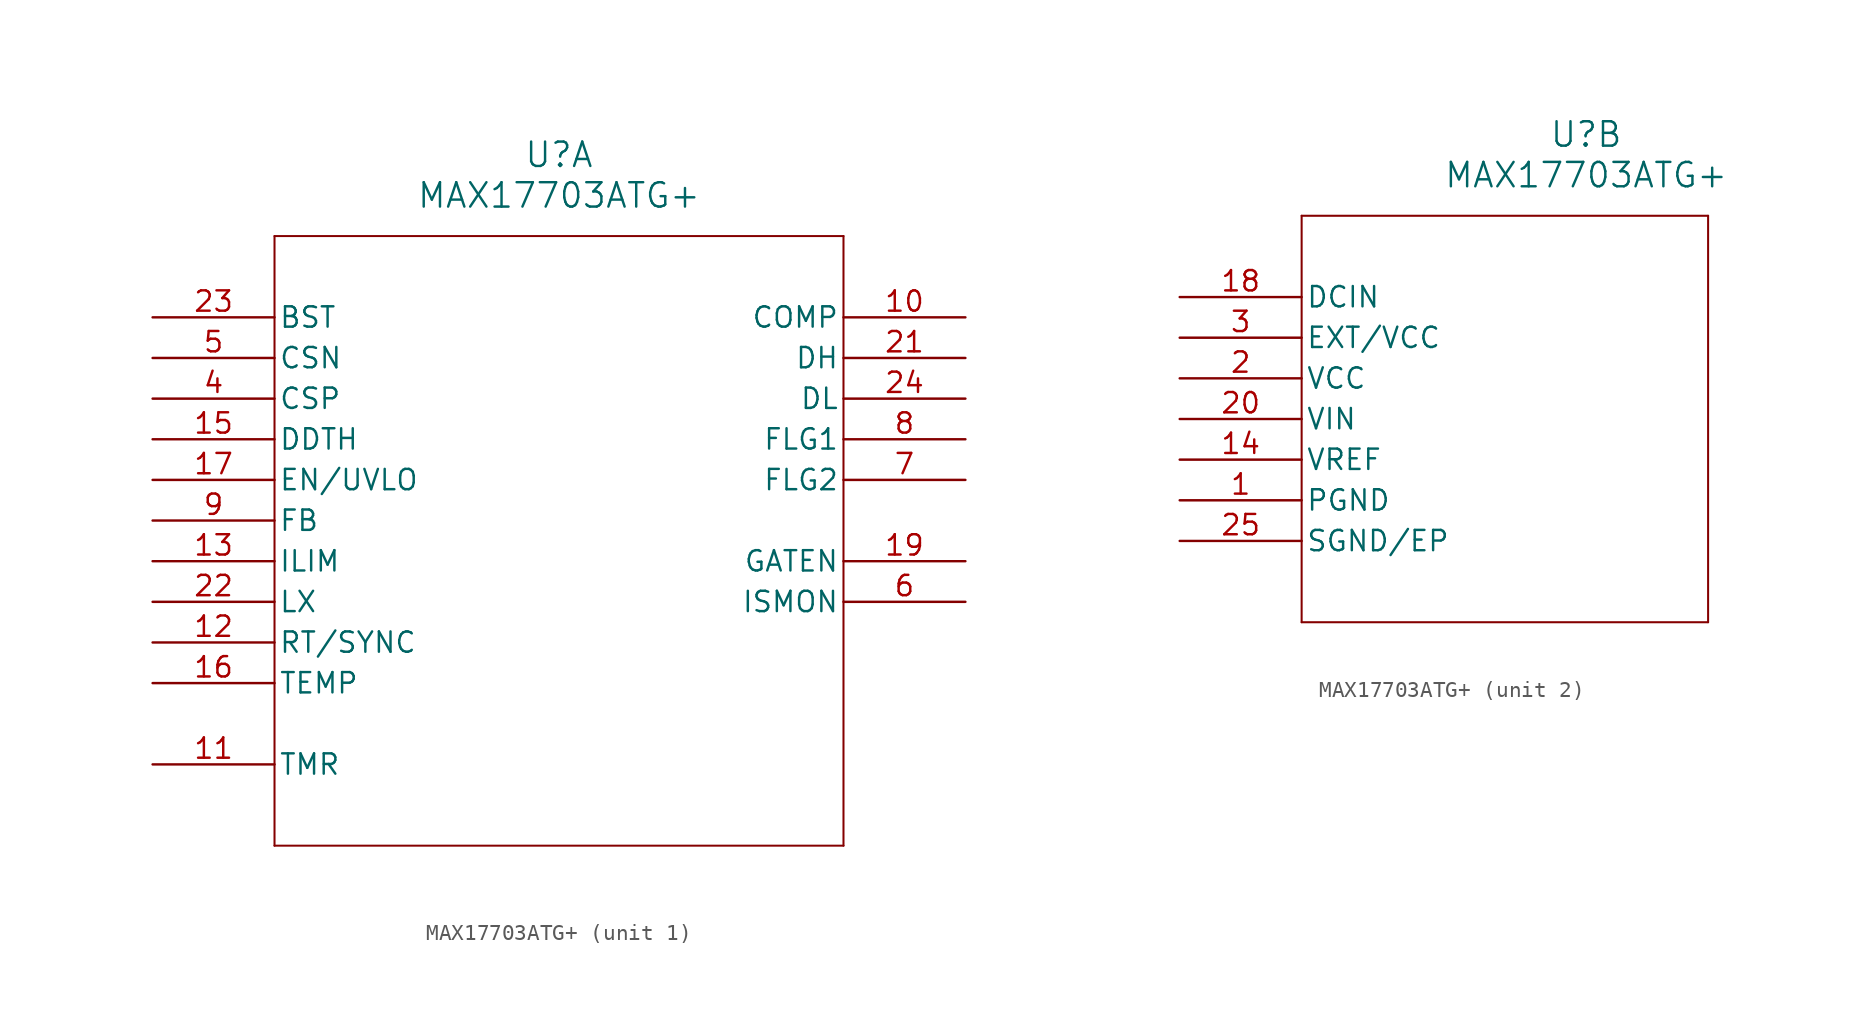
<source format=kicad_sym>
(kicad_symbol_lib
  (version 20211014)
  (generator kicad_symbol_editor)
  (symbol "MAX17703ATG+"
    (pin_names
      (offset 0.254))
    (property "Reference" "U"
      (at 25.4 10.16 0)
      (effects (font (size 1.524 1.524))))
    (property "Value" "MAX17703ATG+"
      (at 25.4 7.62 0)
      (effects (font (size 1.524 1.524))))
    (symbol "MAX17703ATG+_1_1"
      (polyline (pts (xy 7.62 5.08) (xy 7.62 -33.02)) (stroke (width 0.127) (type default) (color 0 0 0 0)) (fill (type none)))
      (polyline (pts (xy 7.62 -33.02) (xy 43.18 -33.02)) (stroke (width 0.127) (type default) (color 0 0 0 0)) (fill (type none)))
      (polyline (pts (xy 43.18 -33.02) (xy 43.18 5.08)) (stroke (width 0.127) (type default) (color 0 0 0 0)) (fill (type none)))
      (polyline (pts (xy 43.18 5.08) (xy 7.62 5.08)) (stroke (width 0.127) (type default) (color 0 0 0 0)) (fill (type none)))
      (pin input line (at 0 -5.08 0) (length 7.62) (name "CSP" (effects (font (size 1.27 1.27)))) (number "4" (effects (font (size 1.27 1.27)))))
      (pin input line (at 0 -2.54 0) (length 7.62) (name "CSN" (effects (font (size 1.27 1.27)))) (number "5" (effects (font (size 1.27 1.27)))))
      (pin output line (at 50.8 -17.78 180) (length 7.62) (name "ISMON" (effects (font (size 1.27 1.27)))) (number "6" (effects (font (size 1.27 1.27)))))
      (pin output line (at 50.8 -10.16 180) (length 7.62) (name "FLG2" (effects (font (size 1.27 1.27)))) (number "7" (effects (font (size 1.27 1.27)))))
      (pin output line (at 50.8 -7.62 180) (length 7.62) (name "FLG1" (effects (font (size 1.27 1.27)))) (number "8" (effects (font (size 1.27 1.27)))))
      (pin input line (at 0 -12.7 0) (length 7.62) (name "FB" (effects (font (size 1.27 1.27)))) (number "9" (effects (font (size 1.27 1.27)))))
      (pin output line (at 50.8 0 180) (length 7.62) (name "COMP" (effects (font (size 1.27 1.27)))) (number "10" (effects (font (size 1.27 1.27)))))
      (pin unspecified line (at 0 -27.94 0) (length 7.62) (name "TMR" (effects (font (size 1.27 1.27)))) (number "11" (effects (font (size 1.27 1.27)))))
      (pin input line (at 0 -20.32 0) (length 7.62) (name "RT/SYNC" (effects (font (size 1.27 1.27)))) (number "12" (effects (font (size 1.27 1.27)))))
      (pin input line (at 0 -15.24 0) (length 7.62) (name "ILIM" (effects (font (size 1.27 1.27)))) (number "13" (effects (font (size 1.27 1.27)))))
      (pin input line (at 0 -7.62 0) (length 7.62) (name "DDTH" (effects (font (size 1.27 1.27)))) (number "15" (effects (font (size 1.27 1.27)))))
      (pin input line (at 0 -22.86 0) (length 7.62) (name "TEMP" (effects (font (size 1.27 1.27)))) (number "16" (effects (font (size 1.27 1.27)))))
      (pin input line (at 0 -10.16 0) (length 7.62) (name "EN/UVLO" (effects (font (size 1.27 1.27)))) (number "17" (effects (font (size 1.27 1.27)))))
      (pin output line (at 50.8 -15.24 180) (length 7.62) (name "GATEN" (effects (font (size 1.27 1.27)))) (number "19" (effects (font (size 1.27 1.27)))))
      (pin output line (at 50.8 -2.54 180) (length 7.62) (name "DH" (effects (font (size 1.27 1.27)))) (number "21" (effects (font (size 1.27 1.27)))))
      (pin input line (at 0 -17.78 0) (length 7.62) (name "LX" (effects (font (size 1.27 1.27)))) (number "22" (effects (font (size 1.27 1.27)))))
      (pin input line (at 0 0 0) (length 7.62) (name "BST" (effects (font (size 1.27 1.27)))) (number "23" (effects (font (size 1.27 1.27)))))
      (pin output line (at 50.8 -5.08 180) (length 7.62) (name "DL" (effects (font (size 1.27 1.27)))) (number "24" (effects (font (size 1.27 1.27))))))
    (symbol "MAX17703ATG+_2_1"
      (polyline (pts (xy 7.62 5.08) (xy 7.62 -20.32)) (stroke (width 0.127) (type default) (color 0 0 0 0)) (fill (type none)))
      (polyline (pts (xy 7.62 -20.32) (xy 33.02 -20.32)) (stroke (width 0.127) (type default) (color 0 0 0 0)) (fill (type none)))
      (polyline (pts (xy 33.02 -20.32) (xy 33.02 5.08)) (stroke (width 0.127) (type default) (color 0 0 0 0)) (fill (type none)))
      (polyline (pts (xy 33.02 5.08) (xy 7.62 5.08)) (stroke (width 0.127) (type default) (color 0 0 0 0)) (fill (type none)))
      (pin power_out line (at 0 -12.7 0) (length 7.62) (name "PGND" (effects (font (size 1.27 1.27)))) (number "1" (effects (font (size 1.27 1.27)))))
      (pin power_in line (at 0 -5.08 0) (length 7.62) (name "VCC" (effects (font (size 1.27 1.27)))) (number "2" (effects (font (size 1.27 1.27)))))
      (pin power_in line (at 0 -2.54 0) (length 7.62) (name "EXT/VCC" (effects (font (size 1.27 1.27)))) (number "3" (effects (font (size 1.27 1.27)))))
      (pin power_in line (at 0 -10.16 0) (length 7.62) (name "VREF" (effects (font (size 1.27 1.27)))) (number "14" (effects (font (size 1.27 1.27)))))
      (pin power_in line (at 0 0 0) (length 7.62) (name "DCIN" (effects (font (size 1.27 1.27)))) (number "18" (effects (font (size 1.27 1.27)))))
      (pin power_in line (at 0 -7.62 0) (length 7.62) (name "VIN" (effects (font (size 1.27 1.27)))) (number "20" (effects (font (size 1.27 1.27)))))
      (pin power_out line (at 0 -15.24 0) (length 7.62) (name "SGND/EP" (effects (font (size 1.27 1.27)))) (number "25" (effects (font (size 1.27 1.27))))))))
</source>
